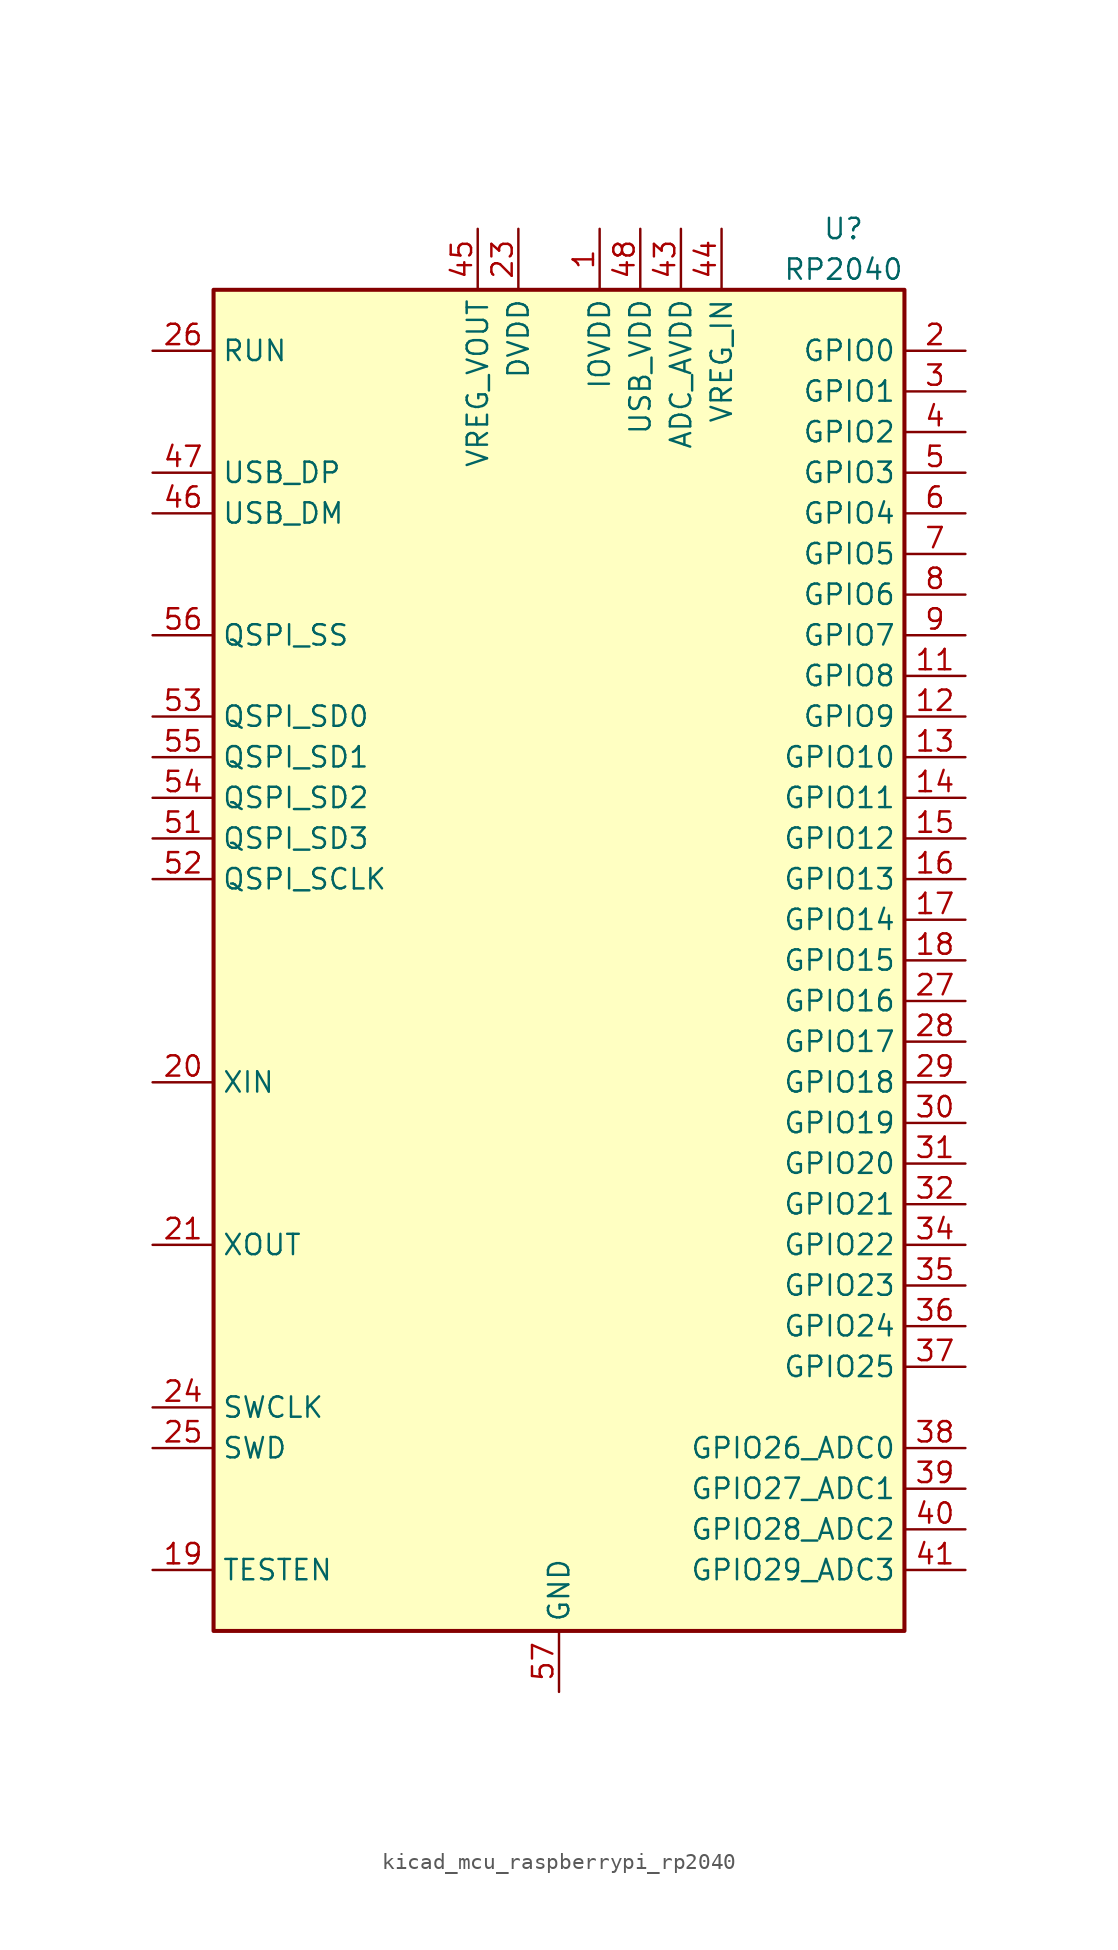
<source format=kicad_sym>
(kicad_symbol_lib
  (version 20220914)
  (generator kicad_symbol_editor)
  (symbol "kicad_mcu_raspberrypi_rp2040"
    (property "Reference" "U"
      (at 17.78 45.72 0)
      (effects (font (size 1.27 1.27))))
    (property "Value" "RP2040"
      (at 17.78 43.18 0)
      (effects (font (size 1.27 1.27))))
    (symbol "kicad_mcu_raspberrypi_rp2040_0_1"
      (rectangle (start -21.59 41.91) (end 21.59 -41.91) (stroke (width 0.254) (type default)) (fill (type background))))
    (symbol "kicad_mcu_raspberrypi_rp2040_1_1"
      (pin power_in line (at 2.54 45.72 270) (length 3.81) (name "IOVDD" (effects (font (size 1.27 1.27)))) (number "1" (effects (font (size 1.27 1.27)))))
      (pin passive line (at 2.54 45.72 270) (length 3.81) hide (name "IOVDD" (effects (font (size 1.27 1.27)))) (number "10" (effects (font (size 1.27 1.27)))))
      (pin bidirectional line (at 25.4 17.78 180) (length 3.81) (name "GPIO8" (effects (font (size 1.27 1.27)))) (number "11" (effects (font (size 1.27 1.27)))))
      (pin bidirectional line (at 25.4 15.24 180) (length 3.81) (name "GPIO9" (effects (font (size 1.27 1.27)))) (number "12" (effects (font (size 1.27 1.27)))))
      (pin bidirectional line (at 25.4 12.7 180) (length 3.81) (name "GPIO10" (effects (font (size 1.27 1.27)))) (number "13" (effects (font (size 1.27 1.27)))))
      (pin bidirectional line (at 25.4 10.16 180) (length 3.81) (name "GPIO11" (effects (font (size 1.27 1.27)))) (number "14" (effects (font (size 1.27 1.27)))))
      (pin bidirectional line (at 25.4 7.62 180) (length 3.81) (name "GPIO12" (effects (font (size 1.27 1.27)))) (number "15" (effects (font (size 1.27 1.27)))))
      (pin bidirectional line (at 25.4 5.08 180) (length 3.81) (name "GPIO13" (effects (font (size 1.27 1.27)))) (number "16" (effects (font (size 1.27 1.27)))))
      (pin bidirectional line (at 25.4 2.54 180) (length 3.81) (name "GPIO14" (effects (font (size 1.27 1.27)))) (number "17" (effects (font (size 1.27 1.27)))))
      (pin bidirectional line (at 25.4 0 180) (length 3.81) (name "GPIO15" (effects (font (size 1.27 1.27)))) (number "18" (effects (font (size 1.27 1.27)))))
      (pin input line (at -25.4 -38.1 0) (length 3.81) (name "TESTEN" (effects (font (size 1.27 1.27)))) (number "19" (effects (font (size 1.27 1.27)))))
      (pin bidirectional line (at 25.4 38.1 180) (length 3.81) (name "GPIO0" (effects (font (size 1.27 1.27)))) (number "2" (effects (font (size 1.27 1.27)))))
      (pin input line (at -25.4 -7.62 0) (length 3.81) (name "XIN" (effects (font (size 1.27 1.27)))) (number "20" (effects (font (size 1.27 1.27)))))
      (pin passive line (at -25.4 -17.78 0) (length 3.81) (name "XOUT" (effects (font (size 1.27 1.27)))) (number "21" (effects (font (size 1.27 1.27)))))
      (pin passive line (at 2.54 45.72 270) (length 3.81) hide (name "IOVDD" (effects (font (size 1.27 1.27)))) (number "22" (effects (font (size 1.27 1.27)))))
      (pin power_in line (at -2.54 45.72 270) (length 3.81) (name "DVDD" (effects (font (size 1.27 1.27)))) (number "23" (effects (font (size 1.27 1.27)))))
      (pin input line (at -25.4 -27.94 0) (length 3.81) (name "SWCLK" (effects (font (size 1.27 1.27)))) (number "24" (effects (font (size 1.27 1.27)))))
      (pin bidirectional line (at -25.4 -30.48 0) (length 3.81) (name "SWD" (effects (font (size 1.27 1.27)))) (number "25" (effects (font (size 1.27 1.27)))))
      (pin input line (at -25.4 38.1 0) (length 3.81) (name "RUN" (effects (font (size 1.27 1.27)))) (number "26" (effects (font (size 1.27 1.27)))))
      (pin bidirectional line (at 25.4 -2.54 180) (length 3.81) (name "GPIO16" (effects (font (size 1.27 1.27)))) (number "27" (effects (font (size 1.27 1.27)))))
      (pin bidirectional line (at 25.4 -5.08 180) (length 3.81) (name "GPIO17" (effects (font (size 1.27 1.27)))) (number "28" (effects (font (size 1.27 1.27)))))
      (pin bidirectional line (at 25.4 -7.62 180) (length 3.81) (name "GPIO18" (effects (font (size 1.27 1.27)))) (number "29" (effects (font (size 1.27 1.27)))))
      (pin bidirectional line (at 25.4 35.56 180) (length 3.81) (name "GPIO1" (effects (font (size 1.27 1.27)))) (number "3" (effects (font (size 1.27 1.27)))))
      (pin bidirectional line (at 25.4 -10.16 180) (length 3.81) (name "GPIO19" (effects (font (size 1.27 1.27)))) (number "30" (effects (font (size 1.27 1.27)))))
      (pin bidirectional line (at 25.4 -12.7 180) (length 3.81) (name "GPIO20" (effects (font (size 1.27 1.27)))) (number "31" (effects (font (size 1.27 1.27)))))
      (pin bidirectional line (at 25.4 -15.24 180) (length 3.81) (name "GPIO21" (effects (font (size 1.27 1.27)))) (number "32" (effects (font (size 1.27 1.27)))))
      (pin passive line (at 2.54 45.72 270) (length 3.81) hide (name "IOVDD" (effects (font (size 1.27 1.27)))) (number "33" (effects (font (size 1.27 1.27)))))
      (pin bidirectional line (at 25.4 -17.78 180) (length 3.81) (name "GPIO22" (effects (font (size 1.27 1.27)))) (number "34" (effects (font (size 1.27 1.27)))))
      (pin bidirectional line (at 25.4 -20.32 180) (length 3.81) (name "GPIO23" (effects (font (size 1.27 1.27)))) (number "35" (effects (font (size 1.27 1.27)))))
      (pin bidirectional line (at 25.4 -22.86 180) (length 3.81) (name "GPIO24" (effects (font (size 1.27 1.27)))) (number "36" (effects (font (size 1.27 1.27)))))
      (pin bidirectional line (at 25.4 -25.4 180) (length 3.81) (name "GPIO25" (effects (font (size 1.27 1.27)))) (number "37" (effects (font (size 1.27 1.27)))))
      (pin bidirectional line (at 25.4 -30.48 180) (length 3.81) (name "GPIO26_ADC0" (effects (font (size 1.27 1.27)))) (number "38" (effects (font (size 1.27 1.27)))))
      (pin bidirectional line (at 25.4 -33.02 180) (length 3.81) (name "GPIO27_ADC1" (effects (font (size 1.27 1.27)))) (number "39" (effects (font (size 1.27 1.27)))))
      (pin bidirectional line (at 25.4 33.02 180) (length 3.81) (name "GPIO2" (effects (font (size 1.27 1.27)))) (number "4" (effects (font (size 1.27 1.27)))))
      (pin bidirectional line (at 25.4 -35.56 180) (length 3.81) (name "GPIO28_ADC2" (effects (font (size 1.27 1.27)))) (number "40" (effects (font (size 1.27 1.27)))))
      (pin bidirectional line (at 25.4 -38.1 180) (length 3.81) (name "GPIO29_ADC3" (effects (font (size 1.27 1.27)))) (number "41" (effects (font (size 1.27 1.27)))))
      (pin passive line (at 2.54 45.72 270) (length 3.81) hide (name "IOVDD" (effects (font (size 1.27 1.27)))) (number "42" (effects (font (size 1.27 1.27)))))
      (pin power_in line (at 7.62 45.72 270) (length 3.81) (name "ADC_AVDD" (effects (font (size 1.27 1.27)))) (number "43" (effects (font (size 1.27 1.27)))))
      (pin power_in line (at 10.16 45.72 270) (length 3.81) (name "VREG_IN" (effects (font (size 1.27 1.27)))) (number "44" (effects (font (size 1.27 1.27)))))
      (pin power_out line (at -5.08 45.72 270) (length 3.81) (name "VREG_VOUT" (effects (font (size 1.27 1.27)))) (number "45" (effects (font (size 1.27 1.27)))))
      (pin bidirectional line (at -25.4 27.94 0) (length 3.81) (name "USB_DM" (effects (font (size 1.27 1.27)))) (number "46" (effects (font (size 1.27 1.27)))))
      (pin bidirectional line (at -25.4 30.48 0) (length 3.81) (name "USB_DP" (effects (font (size 1.27 1.27)))) (number "47" (effects (font (size 1.27 1.27)))))
      (pin power_in line (at 5.08 45.72 270) (length 3.81) (name "USB_VDD" (effects (font (size 1.27 1.27)))) (number "48" (effects (font (size 1.27 1.27)))))
      (pin passive line (at 2.54 45.72 270) (length 3.81) hide (name "IOVDD" (effects (font (size 1.27 1.27)))) (number "49" (effects (font (size 1.27 1.27)))))
      (pin bidirectional line (at 25.4 30.48 180) (length 3.81) (name "GPIO3" (effects (font (size 1.27 1.27)))) (number "5" (effects (font (size 1.27 1.27)))))
      (pin passive line (at -2.54 45.72 270) (length 3.81) hide (name "DVDD" (effects (font (size 1.27 1.27)))) (number "50" (effects (font (size 1.27 1.27)))))
      (pin bidirectional line (at -25.4 7.62 0) (length 3.81) (name "QSPI_SD3" (effects (font (size 1.27 1.27)))) (number "51" (effects (font (size 1.27 1.27)))))
      (pin output line (at -25.4 5.08 0) (length 3.81) (name "QSPI_SCLK" (effects (font (size 1.27 1.27)))) (number "52" (effects (font (size 1.27 1.27)))))
      (pin bidirectional line (at -25.4 15.24 0) (length 3.81) (name "QSPI_SD0" (effects (font (size 1.27 1.27)))) (number "53" (effects (font (size 1.27 1.27)))))
      (pin bidirectional line (at -25.4 10.16 0) (length 3.81) (name "QSPI_SD2" (effects (font (size 1.27 1.27)))) (number "54" (effects (font (size 1.27 1.27)))))
      (pin bidirectional line (at -25.4 12.7 0) (length 3.81) (name "QSPI_SD1" (effects (font (size 1.27 1.27)))) (number "55" (effects (font (size 1.27 1.27)))))
      (pin bidirectional line (at -25.4 20.32 0) (length 3.81) (name "QSPI_SS" (effects (font (size 1.27 1.27)))) (number "56" (effects (font (size 1.27 1.27)))))
      (pin power_in line (at 0 -45.72 90) (length 3.81) (name "GND" (effects (font (size 1.27 1.27)))) (number "57" (effects (font (size 1.27 1.27)))))
      (pin bidirectional line (at 25.4 27.94 180) (length 3.81) (name "GPIO4" (effects (font (size 1.27 1.27)))) (number "6" (effects (font (size 1.27 1.27)))))
      (pin bidirectional line (at 25.4 25.4 180) (length 3.81) (name "GPIO5" (effects (font (size 1.27 1.27)))) (number "7" (effects (font (size 1.27 1.27)))))
      (pin bidirectional line (at 25.4 22.86 180) (length 3.81) (name "GPIO6" (effects (font (size 1.27 1.27)))) (number "8" (effects (font (size 1.27 1.27)))))
      (pin bidirectional line (at 25.4 20.32 180) (length 3.81) (name "GPIO7" (effects (font (size 1.27 1.27)))) (number "9" (effects (font (size 1.27 1.27))))))))
</source>
